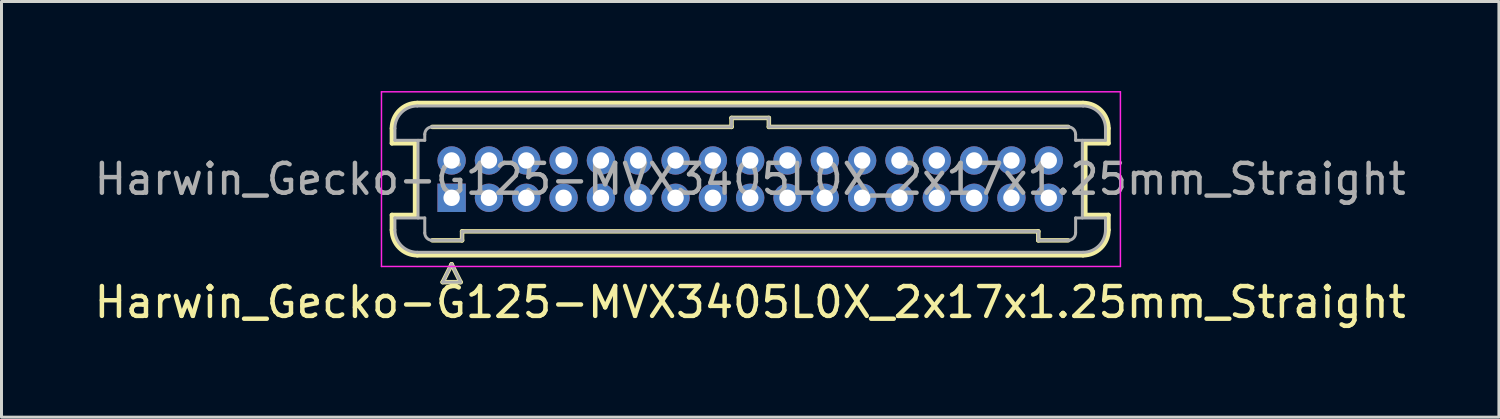
<source format=kicad_pcb>
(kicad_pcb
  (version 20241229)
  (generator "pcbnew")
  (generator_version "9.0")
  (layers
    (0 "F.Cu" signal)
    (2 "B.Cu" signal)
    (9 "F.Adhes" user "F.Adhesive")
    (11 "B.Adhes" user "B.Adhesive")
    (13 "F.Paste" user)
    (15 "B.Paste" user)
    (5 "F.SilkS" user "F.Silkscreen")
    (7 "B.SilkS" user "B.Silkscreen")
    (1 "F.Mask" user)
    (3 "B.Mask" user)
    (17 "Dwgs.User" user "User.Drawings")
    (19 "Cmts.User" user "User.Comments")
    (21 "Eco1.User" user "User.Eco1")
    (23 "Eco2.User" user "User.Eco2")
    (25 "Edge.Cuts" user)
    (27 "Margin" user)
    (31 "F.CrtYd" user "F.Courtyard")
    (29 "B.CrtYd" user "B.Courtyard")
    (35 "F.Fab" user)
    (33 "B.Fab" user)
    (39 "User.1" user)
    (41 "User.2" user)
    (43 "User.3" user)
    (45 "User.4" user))
  (footprint "Harwin_Gecko-G125-MVX3405L0X_2x17x1.25mm_Straight"
    (layer "F.Cu")
    (at 12.077 3.575)
    (property "Reference" "Harwin_Gecko-G125-MVX3405L0X_2x17x1.25mm_Straight" (at 10 3.5 0) (layer "F.SilkS") (effects (font (size 1 1) (thickness 0.15))))
    (attr through_hole)
    (fp_line (start -2 -1.825) (end -2 -2.325) (stroke (width 0.15) (type solid)) (layer "F.SilkS"))
    (fp_line (start -2 -1.825) (end -1.225 -1.825) (stroke (width 0.15) (type solid)) (layer "F.SilkS"))
    (fp_line (start -2 0.575) (end -1.225 0.575) (stroke (width 0.15) (type solid)) (layer "F.SilkS"))
    (fp_line (start -2 1.075) (end -2 0.575) (stroke (width 0.15) (type solid)) (layer "F.SilkS"))
    (fp_line (start -1.225 -1.825) (end -1.225 0.575) (stroke (width 0.15) (type solid)) (layer "F.SilkS"))
    (fp_line (start -1.15 -3.175) (end 21.15 -3.175) (stroke (width 0.15) (type solid)) (layer "F.SilkS"))
    (fp_line (start -1.15 1.925) (end 21.15 1.925) (stroke (width 0.15) (type solid)) (layer "F.SilkS"))
    (fp_line (start -0.65 -2.375) (end 9.375 -2.375) (stroke (width 0.15) (type solid)) (layer "F.SilkS"))
    (fp_line (start -0.65 1.425) (end 0.35 1.425) (stroke (width 0.15) (type solid)) (layer "F.SilkS"))
    (fp_line (start -0.3 2.825) (end 0.3 2.825) (stroke (width 0.15) (type solid)) (layer "F.SilkS"))
    (fp_line (start 0 2.225) (end -0.3 2.825) (stroke (width 0.15) (type solid)) (layer "F.SilkS"))
    (fp_line (start 0.3 2.825) (end 0 2.225) (stroke (width 0.15) (type solid)) (layer "F.SilkS"))
    (fp_line (start 0.35 1.125) (end 19.65 1.125) (stroke (width 0.15) (type solid)) (layer "F.SilkS"))
    (fp_line (start 0.35 1.425) (end 0.35 1.125) (stroke (width 0.15) (type solid)) (layer "F.SilkS"))
    (fp_line (start 9.375 -2.675) (end 10.625 -2.675) (stroke (width 0.15) (type solid)) (layer "F.SilkS"))
    (fp_line (start 9.375 -2.375) (end 9.375 -2.675) (stroke (width 0.15) (type solid)) (layer "F.SilkS"))
    (fp_line (start 10.625 -2.675) (end 10.625 -2.375) (stroke (width 0.15) (type solid)) (layer "F.SilkS"))
    (fp_line (start 10.625 -2.375) (end 20.65 -2.375) (stroke (width 0.15) (type solid)) (layer "F.SilkS"))
    (fp_line (start 19.65 1.125) (end 19.65 1.425) (stroke (width 0.15) (type solid)) (layer "F.SilkS"))
    (fp_line (start 19.65 1.425) (end 20.65 1.425) (stroke (width 0.15) (type solid)) (layer "F.SilkS"))
    (fp_line (start 21.225 -1.825) (end 21.225 0.575) (stroke (width 0.15) (type solid)) (layer "F.SilkS"))
    (fp_line (start 22 -2.325) (end 22 -1.825) (stroke (width 0.15) (type solid)) (layer "F.SilkS"))
    (fp_line (start 22 -1.825) (end 21.225 -1.825) (stroke (width 0.15) (type solid)) (layer "F.SilkS"))
    (fp_line (start 22 0.575) (end 21.225 0.575) (stroke (width 0.15) (type solid)) (layer "F.SilkS"))
    (fp_line (start 22 1.075) (end 22 0.575) (stroke (width 0.15) (type solid)) (layer "F.SilkS"))
    (fp_arc (start -2 -2.325) (mid -1.751041 -2.926041) (end -1.15 -3.175) (stroke (width 0.15) (type solid)) (layer "F.SilkS"))
    (fp_arc (start -1.15 1.925) (mid -1.751041 1.676041) (end -2 1.075) (stroke (width 0.15) (type solid)) (layer "F.SilkS"))
    (fp_arc (start 21.15 -3.175) (mid 21.751041 -2.926041) (end 22 -2.325) (stroke (width 0.15) (type solid)) (layer "F.SilkS"))
    (fp_arc (start 22 1.075) (mid 21.751041 1.676041) (end 21.15 1.925) (stroke (width 0.15) (type solid)) (layer "F.SilkS"))
    (fp_line (start -2.35 -3.55) (end -2.35 2.3) (stroke (width 0.05) (type solid)) (layer "F.CrtYd"))
    (fp_line (start -2.35 2.3) (end 22.4 2.3) (stroke (width 0.05) (type solid)) (layer "F.CrtYd"))
    (fp_line (start 22.4 -3.55) (end -2.35 -3.55) (stroke (width 0.05) (type solid)) (layer "F.CrtYd"))
    (fp_line (start 22.4 2.3) (end 22.4 -3.55) (stroke (width 0.05) (type solid)) (layer "F.CrtYd"))
    (fp_line (start -1.9 -2.325) (end -1.9 -1.925) (stroke (width 0.1) (type solid)) (layer "F.Fab"))
    (fp_line (start -1.9 -1.925) (end -0.9 -1.925) (stroke (width 0.1) (type solid)) (layer "F.Fab"))
    (fp_line (start -1.9 0.675) (end -0.9 0.675) (stroke (width 0.1) (type solid)) (layer "F.Fab"))
    (fp_line (start -1.9 1.075) (end -1.9 0.675) (stroke (width 0.1) (type solid)) (layer "F.Fab"))
    (fp_line (start -1.15 -3.075) (end 21.15 -3.075) (stroke (width 0.1) (type solid)) (layer "F.Fab"))
    (fp_line (start -1.15 1.825) (end 21.15 1.825) (stroke (width 0.1) (type solid)) (layer "F.Fab"))
    (fp_line (start -1.125 -1.925) (end -1.125 0.675) (stroke (width 0.1) (type solid)) (layer "F.Fab"))
    (fp_line (start -0.9 -2.125) (end -0.9 -1.925) (stroke (width 0.1) (type solid)) (layer "F.Fab"))
    (fp_line (start -0.9 1.175) (end -0.9 0.675) (stroke (width 0.1) (type solid)) (layer "F.Fab"))
    (fp_line (start -0.65 -2.375) (end 9.375 -2.375) (stroke (width 0.1) (type solid)) (layer "F.Fab"))
    (fp_line (start -0.65 1.425) (end 0.35 1.425) (stroke (width 0.1) (type solid)) (layer "F.Fab"))
    (fp_line (start -0.3 2.825) (end 0.3 2.825) (stroke (width 0.1) (type solid)) (layer "F.Fab"))
    (fp_line (start 0 2.225) (end -0.3 2.825) (stroke (width 0.1) (type solid)) (layer "F.Fab"))
    (fp_line (start 0.3 2.825) (end 0 2.225) (stroke (width 0.1) (type solid)) (layer "F.Fab"))
    (fp_line (start 0.35 1.125) (end 19.65 1.125) (stroke (width 0.1) (type solid)) (layer "F.Fab"))
    (fp_line (start 0.35 1.425) (end 0.35 1.125) (stroke (width 0.1) (type solid)) (layer "F.Fab"))
    (fp_line (start 9.375 -2.675) (end 10.625 -2.675) (stroke (width 0.1) (type solid)) (layer "F.Fab"))
    (fp_line (start 9.375 -2.375) (end 9.375 -2.675) (stroke (width 0.1) (type solid)) (layer "F.Fab"))
    (fp_line (start 10.625 -2.675) (end 10.625 -2.375) (stroke (width 0.1) (type solid)) (layer "F.Fab"))
    (fp_line (start 10.625 -2.375) (end 20.65 -2.375) (stroke (width 0.1) (type solid)) (layer "F.Fab"))
    (fp_line (start 19.65 1.125) (end 19.65 1.425) (stroke (width 0.1) (type solid)) (layer "F.Fab"))
    (fp_line (start 19.65 1.425) (end 20.65 1.425) (stroke (width 0.1) (type solid)) (layer "F.Fab"))
    (fp_line (start 20.9 -2.125) (end 20.9 -1.925) (stroke (width 0.1) (type solid)) (layer "F.Fab"))
    (fp_line (start 20.9 1.175) (end 20.9 0.675) (stroke (width 0.1) (type solid)) (layer "F.Fab"))
    (fp_line (start 21.125 -1.925) (end 21.125 0.675) (stroke (width 0.1) (type solid)) (layer "F.Fab"))
    (fp_line (start 21.9 -2.325) (end 21.9 -1.925) (stroke (width 0.1) (type solid)) (layer "F.Fab"))
    (fp_line (start 21.9 -1.925) (end 20.9 -1.925) (stroke (width 0.1) (type solid)) (layer "F.Fab"))
    (fp_line (start 21.9 0.675) (end 20.9 0.675) (stroke (width 0.1) (type solid)) (layer "F.Fab"))
    (fp_line (start 21.9 1.075) (end 21.9 0.675) (stroke (width 0.1) (type solid)) (layer "F.Fab"))
    (fp_arc (start -1.9 -2.325) (mid -1.68033 -2.85533) (end -1.15 -3.075) (stroke (width 0.1) (type solid)) (layer "F.Fab"))
    (fp_arc (start -1.15 1.825) (mid -1.68033 1.60533) (end -1.9 1.075) (stroke (width 0.1) (type solid)) (layer "F.Fab"))
    (fp_arc (start -0.9 -2.125) (mid -0.826777 -2.301777) (end -0.65 -2.375) (stroke (width 0.1) (type solid)) (layer "F.Fab"))
    (fp_arc (start -0.65 1.425) (mid -0.826777 1.351777) (end -0.9 1.175) (stroke (width 0.1) (type solid)) (layer "F.Fab"))
    (fp_arc (start 20.65 -2.375) (mid 20.826777 -2.301777) (end 20.9 -2.125) (stroke (width 0.1) (type solid)) (layer "F.Fab"))
    (fp_arc (start 20.9 1.175) (mid 20.826777 1.351777) (end 20.65 1.425) (stroke (width 0.1) (type solid)) (layer "F.Fab"))
    (fp_arc (start 21.15 -3.075) (mid 21.68033 -2.85533) (end 21.9 -2.325) (stroke (width 0.1) (type solid)) (layer "F.Fab"))
    (fp_arc (start 21.9 1.075) (mid 21.68033 1.60533) (end 21.15 1.825) (stroke (width 0.1) (type solid)) (layer "F.Fab"))
    (fp_text user "${REFERENCE}" (at 10 -0.625 0) (layer "F.Fab") (effects (font (size 1 1) (thickness 0.15))))
    (pad "1" thru_hole rect (at 0 0) (size 0.95 0.95) (drill 0.55) (layers "*.Cu" "*.Mask"))
    (pad "2" thru_hole circle (at 1.25 0) (size 0.95 0.95) (drill 0.55) (layers "*.Cu" "*.Mask"))
    (pad "3" thru_hole circle (at 2.5 0) (size 0.95 0.95) (drill 0.55) (layers "*.Cu" "*.Mask"))
    (pad "4" thru_hole circle (at 3.75 0) (size 0.95 0.95) (drill 0.55) (layers "*.Cu" "*.Mask"))
    (pad "5" thru_hole circle (at 5 0) (size 0.95 0.95) (drill 0.55) (layers "*.Cu" "*.Mask"))
    (pad "6" thru_hole circle (at 6.25 0) (size 0.95 0.95) (drill 0.55) (layers "*.Cu" "*.Mask"))
    (pad "7" thru_hole circle (at 7.5 0) (size 0.95 0.95) (drill 0.55) (layers "*.Cu" "*.Mask"))
    (pad "8" thru_hole circle (at 8.75 0) (size 0.95 0.95) (drill 0.55) (layers "*.Cu" "*.Mask"))
    (pad "9" thru_hole circle (at 10 0) (size 0.95 0.95) (drill 0.55) (layers "*.Cu" "*.Mask"))
    (pad "10" thru_hole circle (at 11.25 0) (size 0.95 0.95) (drill 0.55) (layers "*.Cu" "*.Mask"))
    (pad "11" thru_hole circle (at 12.5 0) (size 0.95 0.95) (drill 0.55) (layers "*.Cu" "*.Mask"))
    (pad "12" thru_hole circle (at 13.75 0) (size 0.95 0.95) (drill 0.55) (layers "*.Cu" "*.Mask"))
    (pad "13" thru_hole circle (at 15 0) (size 0.95 0.95) (drill 0.55) (layers "*.Cu" "*.Mask"))
    (pad "14" thru_hole circle (at 16.25 0) (size 0.95 0.95) (drill 0.55) (layers "*.Cu" "*.Mask"))
    (pad "15" thru_hole circle (at 17.5 0) (size 0.95 0.95) (drill 0.55) (layers "*.Cu" "*.Mask"))
    (pad "16" thru_hole circle (at 18.75 0) (size 0.95 0.95) (drill 0.55) (layers "*.Cu" "*.Mask"))
    (pad "17" thru_hole circle (at 20 0) (size 0.95 0.95) (drill 0.55) (layers "*.Cu" "*.Mask"))
    (pad "18" thru_hole circle (at 0 -1.25) (size 0.95 0.95) (drill 0.55) (layers "*.Cu" "*.Mask"))
    (pad "19" thru_hole circle (at 1.25 -1.25) (size 0.95 0.95) (drill 0.55) (layers "*.Cu" "*.Mask"))
    (pad "20" thru_hole circle (at 2.5 -1.25) (size 0.95 0.95) (drill 0.55) (layers "*.Cu" "*.Mask"))
    (pad "21" thru_hole circle (at 3.75 -1.25) (size 0.95 0.95) (drill 0.55) (layers "*.Cu" "*.Mask"))
    (pad "22" thru_hole circle (at 5 -1.25) (size 0.95 0.95) (drill 0.55) (layers "*.Cu" "*.Mask"))
    (pad "23" thru_hole circle (at 6.25 -1.25) (size 0.95 0.95) (drill 0.55) (layers "*.Cu" "*.Mask"))
    (pad "24" thru_hole circle (at 7.5 -1.25) (size 0.95 0.95) (drill 0.55) (layers "*.Cu" "*.Mask"))
    (pad "25" thru_hole circle (at 8.75 -1.25) (size 0.95 0.95) (drill 0.55) (layers "*.Cu" "*.Mask"))
    (pad "26" thru_hole circle (at 10 -1.25) (size 0.95 0.95) (drill 0.55) (layers "*.Cu" "*.Mask"))
    (pad "27" thru_hole circle (at 11.25 -1.25) (size 0.95 0.95) (drill 0.55) (layers "*.Cu" "*.Mask"))
    (pad "28" thru_hole circle (at 12.5 -1.25) (size 0.95 0.95) (drill 0.55) (layers "*.Cu" "*.Mask"))
    (pad "29" thru_hole circle (at 13.75 -1.25) (size 0.95 0.95) (drill 0.55) (layers "*.Cu" "*.Mask"))
    (pad "30" thru_hole circle (at 15 -1.25) (size 0.95 0.95) (drill 0.55) (layers "*.Cu" "*.Mask"))
    (pad "31" thru_hole circle (at 16.25 -1.25) (size 0.95 0.95) (drill 0.55) (layers "*.Cu" "*.Mask"))
    (pad "32" thru_hole circle (at 17.5 -1.25) (size 0.95 0.95) (drill 0.55) (layers "*.Cu" "*.Mask"))
    (pad "33" thru_hole circle (at 18.75 -1.25) (size 0.95 0.95) (drill 0.55) (layers "*.Cu" "*.Mask"))
    (pad "34" thru_hole circle (at 20 -1.25) (size 0.95 0.95) (drill 0.55) (layers "*.Cu" "*.Mask")))
  (gr_rect
    (start -3 -3)
    (end 47.155 10.923)
    (stroke (width 0.1) (type default))
    (fill no)
    (layer "Edge.Cuts")))
</source>
